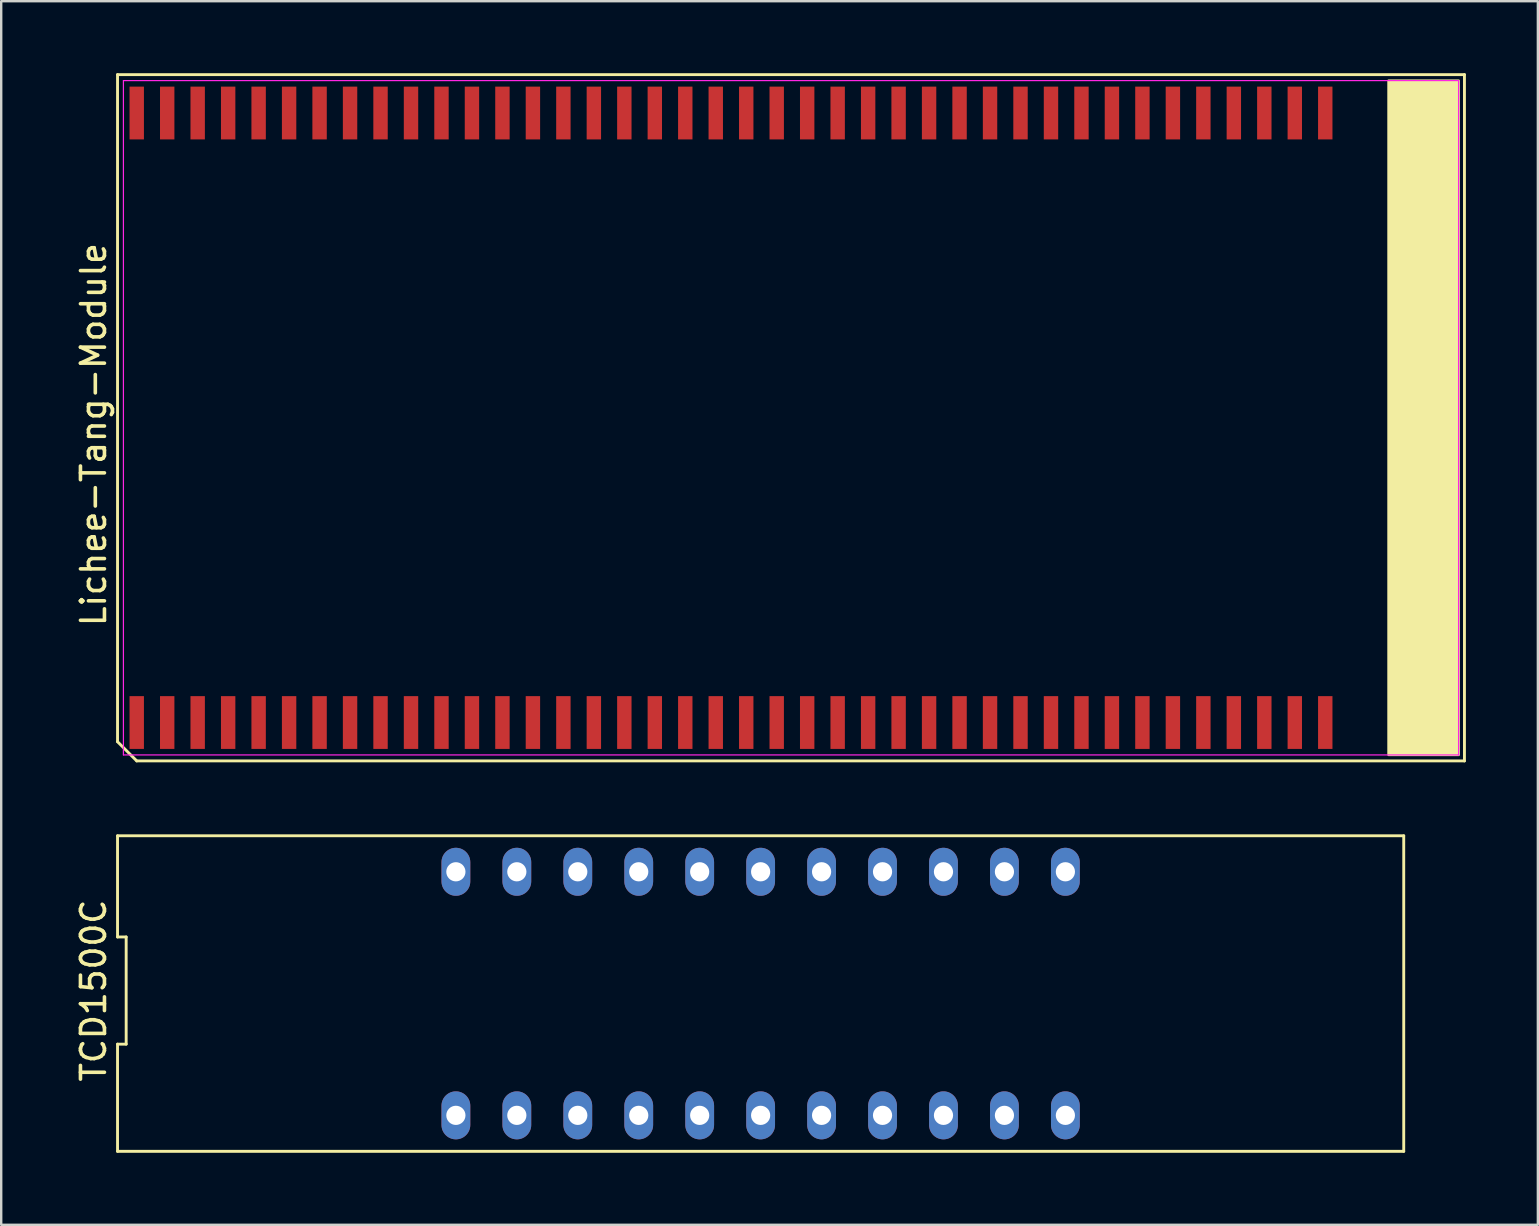
<source format=kicad_pcb>
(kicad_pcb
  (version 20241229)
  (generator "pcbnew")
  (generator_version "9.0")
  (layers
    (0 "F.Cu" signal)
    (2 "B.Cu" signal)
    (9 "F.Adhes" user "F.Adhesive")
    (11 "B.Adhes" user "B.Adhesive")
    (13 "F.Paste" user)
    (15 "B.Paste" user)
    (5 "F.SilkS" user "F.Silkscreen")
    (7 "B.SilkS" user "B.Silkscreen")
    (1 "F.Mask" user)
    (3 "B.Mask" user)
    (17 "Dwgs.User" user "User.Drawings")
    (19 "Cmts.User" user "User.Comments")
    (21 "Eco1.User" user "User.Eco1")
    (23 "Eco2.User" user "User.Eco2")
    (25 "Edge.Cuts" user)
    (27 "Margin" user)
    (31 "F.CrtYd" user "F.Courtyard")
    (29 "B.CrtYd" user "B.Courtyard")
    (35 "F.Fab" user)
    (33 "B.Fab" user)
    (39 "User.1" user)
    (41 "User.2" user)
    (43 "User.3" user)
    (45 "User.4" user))
  (footprint "Lichee-Tang-Module"
    (layer "F.Cu")
    (at 1.813 27.06)
    (property "Reference" "Lichee-Tang-Module" (at -0.965 -12 90) (layer "F.SilkS") (effects (font (size 1 1) (thickness 0.15))))
    (attr smd)
    (fp_line (start 0.035 -27) (end 56.165 -27) (stroke (width 0.12) (type solid)) (layer "F.SilkS"))
    (fp_line (start 0.035 0.8) (end 0.035 -27) (stroke (width 0.12) (type solid)) (layer "F.SilkS"))
    (fp_line (start 0.835 1.6) (end 0.035 0.8) (stroke (width 0.12) (type solid)) (layer "F.SilkS"))
    (fp_line (start 56.165 -27) (end 56.165 1.6) (stroke (width 0.12) (type solid)) (layer "F.SilkS"))
    (fp_line (start 56.165 1.6) (end 0.835 1.6) (stroke (width 0.12) (type solid)) (layer "F.SilkS"))
    (fp_poly (pts (xy 55.925 -26.75) (xy 53 -26.75) (xy 53 1.35) (xy 55.925 1.35)) (stroke (width 0.1) (type solid)) (fill yes) (layer "F.SilkS"))
    (fp_line (start 0.2 -22.5) (end 17 -22.5) (stroke (width 0.12) (type solid)) (layer "Eco1.User"))
    (fp_line (start 0.2 -4) (end 0.2 -22.5) (stroke (width 0.12) (type solid)) (layer "Eco1.User"))
    (fp_line (start 17 -22.5) (end 17.2 -22.3) (stroke (width 0.12) (type solid)) (layer "Eco1.User"))
    (fp_line (start 17 -4) (end 0.2 -4) (stroke (width 0.12) (type solid)) (layer "Eco1.User"))
    (fp_line (start 17.2 -22.3) (end 17.2 -4.2) (stroke (width 0.12) (type solid)) (layer "Eco1.User"))
    (fp_line (start 17.2 -4.2) (end 17 -4) (stroke (width 0.12) (type solid)) (layer "Eco1.User"))
    (fp_line (start 0.28 -26.75) (end 55.92 -26.75) (stroke (width 0.05) (type solid)) (layer "F.CrtYd"))
    (fp_line (start 0.28 1.35) (end 0.28 -26.75) (stroke (width 0.05) (type solid)) (layer "F.CrtYd"))
    (fp_line (start 55.92 -26.75) (end 55.92 1.35) (stroke (width 0.05) (type solid)) (layer "F.CrtYd"))
    (fp_line (start 55.92 1.35) (end 0.28 1.35) (stroke (width 0.05) (type solid)) (layer "F.CrtYd"))
    (pad "1" smd rect (at 0.835 0) (size 0.6 2.2) (layers "F.Cu" "F.Mask" "F.Paste"))
    (pad "2" smd rect (at 2.105 0) (size 0.6 2.2) (layers "F.Cu" "F.Mask" "F.Paste"))
    (pad "3" smd rect (at 3.375 0) (size 0.6 2.2) (layers "F.Cu" "F.Mask" "F.Paste"))
    (pad "4" smd rect (at 4.645 0) (size 0.6 2.2) (layers "F.Cu" "F.Mask" "F.Paste"))
    (pad "5" smd rect (at 5.915 0) (size 0.6 2.2) (layers "F.Cu" "F.Mask" "F.Paste"))
    (pad "6" smd rect (at 7.185 0) (size 0.6 2.2) (layers "F.Cu" "F.Mask" "F.Paste"))
    (pad "7" smd rect (at 8.455 0) (size 0.6 2.2) (layers "F.Cu" "F.Mask" "F.Paste"))
    (pad "8" smd rect (at 9.725 0) (size 0.6 2.2) (layers "F.Cu" "F.Mask" "F.Paste"))
    (pad "9" smd rect (at 10.995 0) (size 0.6 2.2) (layers "F.Cu" "F.Mask" "F.Paste"))
    (pad "10" smd rect (at 12.265 0) (size 0.6 2.2) (layers "F.Cu" "F.Mask" "F.Paste"))
    (pad "11" smd rect (at 13.535 0) (size 0.6 2.2) (layers "F.Cu" "F.Mask" "F.Paste"))
    (pad "12" smd rect (at 14.805 0) (size 0.6 2.2) (layers "F.Cu" "F.Mask" "F.Paste"))
    (pad "13" smd rect (at 16.075 0) (size 0.6 2.2) (layers "F.Cu" "F.Mask" "F.Paste"))
    (pad "14" smd rect (at 17.345 0) (size 0.6 2.2) (layers "F.Cu" "F.Mask" "F.Paste"))
    (pad "15" smd rect (at 18.615 0) (size 0.6 2.2) (layers "F.Cu" "F.Mask" "F.Paste"))
    (pad "16" smd rect (at 19.885 0) (size 0.6 2.2) (layers "F.Cu" "F.Mask" "F.Paste"))
    (pad "17" smd rect (at 21.155 0) (size 0.6 2.2) (layers "F.Cu" "F.Mask" "F.Paste"))
    (pad "18" smd rect (at 22.425 0) (size 0.6 2.2) (layers "F.Cu" "F.Mask" "F.Paste"))
    (pad "19" smd rect (at 23.695 0) (size 0.6 2.2) (layers "F.Cu" "F.Mask" "F.Paste"))
    (pad "20" smd rect (at 24.965 0) (size 0.6 2.2) (layers "F.Cu" "F.Mask" "F.Paste"))
    (pad "21" smd rect (at 26.235 0) (size 0.6 2.2) (layers "F.Cu" "F.Mask" "F.Paste"))
    (pad "22" smd rect (at 27.505 0) (size 0.6 2.2) (layers "F.Cu" "F.Mask" "F.Paste"))
    (pad "23" smd rect (at 28.775 0) (size 0.6 2.2) (layers "F.Cu" "F.Mask" "F.Paste"))
    (pad "24" smd rect (at 30.045 0) (size 0.6 2.2) (layers "F.Cu" "F.Mask" "F.Paste"))
    (pad "25" smd rect (at 31.315 0) (size 0.6 2.2) (layers "F.Cu" "F.Mask" "F.Paste"))
    (pad "26" smd rect (at 32.585 0) (size 0.6 2.2) (layers "F.Cu" "F.Mask" "F.Paste"))
    (pad "27" smd rect (at 33.855 0) (size 0.6 2.2) (layers "F.Cu" "F.Mask" "F.Paste"))
    (pad "28" smd rect (at 35.125 0) (size 0.6 2.2) (layers "F.Cu" "F.Mask" "F.Paste"))
    (pad "29" smd rect (at 36.395 0) (size 0.6 2.2) (layers "F.Cu" "F.Mask" "F.Paste"))
    (pad "30" smd rect (at 37.665 0) (size 0.6 2.2) (layers "F.Cu" "F.Mask" "F.Paste"))
    (pad "31" smd rect (at 38.935 0) (size 0.6 2.2) (layers "F.Cu" "F.Mask" "F.Paste"))
    (pad "32" smd rect (at 40.205 0) (size 0.6 2.2) (layers "F.Cu" "F.Mask" "F.Paste"))
    (pad "33" smd rect (at 41.475 0) (size 0.6 2.2) (layers "F.Cu" "F.Mask" "F.Paste"))
    (pad "34" smd rect (at 42.745 0) (size 0.6 2.2) (layers "F.Cu" "F.Mask" "F.Paste"))
    (pad "35" smd rect (at 44.015 0) (size 0.6 2.2) (layers "F.Cu" "F.Mask" "F.Paste"))
    (pad "36" smd rect (at 45.285 0) (size 0.6 2.2) (layers "F.Cu" "F.Mask" "F.Paste"))
    (pad "37" smd rect (at 46.555 0) (size 0.6 2.2) (layers "F.Cu" "F.Mask" "F.Paste"))
    (pad "38" smd rect (at 47.825 0) (size 0.6 2.2) (layers "F.Cu" "F.Mask" "F.Paste"))
    (pad "39" smd rect (at 49.095 0) (size 0.6 2.2) (layers "F.Cu" "F.Mask" "F.Paste"))
    (pad "40" smd rect (at 50.365 0) (size 0.6 2.2) (layers "F.Cu" "F.Mask" "F.Paste"))
    (pad "41" smd rect (at 50.365 -25.4) (size 0.6 2.2) (layers "F.Cu" "F.Mask" "F.Paste"))
    (pad "42" smd rect (at 49.095 -25.4) (size 0.6 2.2) (layers "F.Cu" "F.Mask" "F.Paste"))
    (pad "43" smd rect (at 47.825 -25.4) (size 0.6 2.2) (layers "F.Cu" "F.Mask" "F.Paste"))
    (pad "44" smd rect (at 46.555 -25.4) (size 0.6 2.2) (layers "F.Cu" "F.Mask" "F.Paste"))
    (pad "45" smd rect (at 45.285 -25.4) (size 0.6 2.2) (layers "F.Cu" "F.Mask" "F.Paste"))
    (pad "46" smd rect (at 44.015 -25.4) (size 0.6 2.2) (layers "F.Cu" "F.Mask" "F.Paste"))
    (pad "47" smd rect (at 42.745 -25.4) (size 0.6 2.2) (layers "F.Cu" "F.Mask" "F.Paste"))
    (pad "48" smd rect (at 41.475 -25.4) (size 0.6 2.2) (layers "F.Cu" "F.Mask" "F.Paste"))
    (pad "49" smd rect (at 40.205 -25.4) (size 0.6 2.2) (layers "F.Cu" "F.Mask" "F.Paste"))
    (pad "50" smd rect (at 38.935 -25.4) (size 0.6 2.2) (layers "F.Cu" "F.Mask" "F.Paste"))
    (pad "51" smd rect (at 37.665 -25.4) (size 0.6 2.2) (layers "F.Cu" "F.Mask" "F.Paste"))
    (pad "52" smd rect (at 36.395 -25.4) (size 0.6 2.2) (layers "F.Cu" "F.Mask" "F.Paste"))
    (pad "53" smd rect (at 35.125 -25.4) (size 0.6 2.2) (layers "F.Cu" "F.Mask" "F.Paste"))
    (pad "54" smd rect (at 33.855 -25.4) (size 0.6 2.2) (layers "F.Cu" "F.Mask" "F.Paste"))
    (pad "55" smd rect (at 32.585 -25.4) (size 0.6 2.2) (layers "F.Cu" "F.Mask" "F.Paste"))
    (pad "56" smd rect (at 31.315 -25.4) (size 0.6 2.2) (layers "F.Cu" "F.Mask" "F.Paste"))
    (pad "57" smd rect (at 30.045 -25.4) (size 0.6 2.2) (layers "F.Cu" "F.Mask" "F.Paste"))
    (pad "58" smd rect (at 28.775 -25.4) (size 0.6 2.2) (layers "F.Cu" "F.Mask" "F.Paste"))
    (pad "59" smd rect (at 27.505 -25.4) (size 0.6 2.2) (layers "F.Cu" "F.Mask" "F.Paste"))
    (pad "60" smd rect (at 26.235 -25.4) (size 0.6 2.2) (layers "F.Cu" "F.Mask" "F.Paste"))
    (pad "61" smd rect (at 24.965 -25.4) (size 0.6 2.2) (layers "F.Cu" "F.Mask" "F.Paste"))
    (pad "62" smd rect (at 23.695 -25.4) (size 0.6 2.2) (layers "F.Cu" "F.Mask" "F.Paste"))
    (pad "63" smd rect (at 22.425 -25.4) (size 0.6 2.2) (layers "F.Cu" "F.Mask" "F.Paste"))
    (pad "64" smd rect (at 21.155 -25.4) (size 0.6 2.2) (layers "F.Cu" "F.Mask" "F.Paste"))
    (pad "65" smd rect (at 19.885 -25.4) (size 0.6 2.2) (layers "F.Cu" "F.Mask" "F.Paste"))
    (pad "66" smd rect (at 18.615 -25.4) (size 0.6 2.2) (layers "F.Cu" "F.Mask" "F.Paste"))
    (pad "67" smd rect (at 17.345 -25.4) (size 0.6 2.2) (layers "F.Cu" "F.Mask" "F.Paste"))
    (pad "68" smd rect (at 16.075 -25.4) (size 0.6 2.2) (layers "F.Cu" "F.Mask" "F.Paste"))
    (pad "69" smd rect (at 14.805 -25.4) (size 0.6 2.2) (layers "F.Cu" "F.Mask" "F.Paste"))
    (pad "70" smd rect (at 13.535 -25.4) (size 0.6 2.2) (layers "F.Cu" "F.Mask" "F.Paste"))
    (pad "71" smd rect (at 12.265 -25.4) (size 0.6 2.2) (layers "F.Cu" "F.Mask" "F.Paste"))
    (pad "72" smd rect (at 10.995 -25.4) (size 0.6 2.2) (layers "F.Cu" "F.Mask" "F.Paste"))
    (pad "73" smd rect (at 9.725 -25.4) (size 0.6 2.2) (layers "F.Cu" "F.Mask" "F.Paste"))
    (pad "74" smd rect (at 8.455 -25.4) (size 0.6 2.2) (layers "F.Cu" "F.Mask" "F.Paste"))
    (pad "75" smd rect (at 7.185 -25.4) (size 0.6 2.2) (layers "F.Cu" "F.Mask" "F.Paste"))
    (pad "76" smd rect (at 5.915 -25.4) (size 0.6 2.2) (layers "F.Cu" "F.Mask" "F.Paste"))
    (pad "77" smd rect (at 4.645 -25.4) (size 0.6 2.2) (layers "F.Cu" "F.Mask" "F.Paste"))
    (pad "78" smd rect (at 3.375 -25.4) (size 0.6 2.2) (layers "F.Cu" "F.Mask" "F.Paste"))
    (pad "79" smd rect (at 2.105 -25.4) (size 0.6 2.2) (layers "F.Cu" "F.Mask" "F.Paste"))
    (pad "80" smd rect (at 0.835 -25.4) (size 0.6 2.2) (layers "F.Cu" "F.Mask" "F.Paste")))
  (footprint "TCD1500C"
    (layer "F.Cu")
    (at 28.648 38.23)
    (property "Reference" "TCD1500C" (at -27.8 0 90) (layer "F.SilkS") (effects (font (size 1 1) (thickness 0.15))))
    (attr through_hole)
    (fp_line (start -26.8 -6.45) (end -26.8 -2.233) (stroke (width 0.12) (type solid)) (layer "F.SilkS"))
    (fp_line (start -26.8 -2.233) (end -26.44 -2.233) (stroke (width 0.12) (type solid)) (layer "F.SilkS"))
    (fp_line (start -26.8 2.233) (end -26.8 6.7) (stroke (width 0.12) (type solid)) (layer "F.SilkS"))
    (fp_line (start -26.8 6.7) (end 26.8 6.7) (stroke (width 0.12) (type solid)) (layer "F.SilkS"))
    (fp_line (start -26.44 -2.233) (end -26.44 2.233) (stroke (width 0.12) (type solid)) (layer "F.SilkS"))
    (fp_line (start -26.44 2.233) (end -26.8 2.233) (stroke (width 0.12) (type solid)) (layer "F.SilkS"))
    (fp_line (start 26.8 -6.45) (end -26.8 -6.45) (stroke (width 0.12) (type solid)) (layer "F.SilkS"))
    (fp_line (start 26.8 6.7) (end 26.8 -6.45) (stroke (width 0.12) (type solid)) (layer "F.SilkS"))
    (pad "1" thru_hole oval (at -12.7 5.2) (size 1.2 2) (drill 0.8) (layers "*.Cu" "*.Mask"))
    (pad "2" thru_hole oval (at -10.16 5.2) (size 1.2 2) (drill 0.8) (layers "*.Cu" "*.Mask"))
    (pad "3" thru_hole oval (at -7.62 5.2) (size 1.2 2) (drill 0.8) (layers "*.Cu" "*.Mask"))
    (pad "4" thru_hole oval (at -5.08 5.2) (size 1.2 2) (drill 0.8) (layers "*.Cu" "*.Mask"))
    (pad "5" thru_hole oval (at -2.54 5.2) (size 1.2 2) (drill 0.8) (layers "*.Cu" "*.Mask"))
    (pad "6" thru_hole oval (at 0 5.2) (size 1.2 2) (drill 0.8) (layers "*.Cu" "*.Mask"))
    (pad "7" thru_hole oval (at 2.54 5.2) (size 1.2 2) (drill 0.8) (layers "*.Cu" "*.Mask"))
    (pad "8" thru_hole oval (at 5.08 5.2) (size 1.2 2) (drill 0.8) (layers "*.Cu" "*.Mask"))
    (pad "9" thru_hole oval (at 7.62 5.2) (size 1.2 2) (drill 0.8) (layers "*.Cu" "*.Mask"))
    (pad "10" thru_hole oval (at 10.16 5.2) (size 1.2 2) (drill 0.8) (layers "*.Cu" "*.Mask"))
    (pad "11" thru_hole oval (at 12.7 5.2) (size 1.2 2) (drill 0.8) (layers "*.Cu" "*.Mask"))
    (pad "12" thru_hole oval (at 12.7 -4.95) (size 1.2 2) (drill 0.8) (layers "*.Cu" "*.Mask"))
    (pad "13" thru_hole oval (at 10.16 -4.95) (size 1.2 2) (drill 0.8) (layers "*.Cu" "*.Mask"))
    (pad "14" thru_hole oval (at 7.62 -4.95) (size 1.2 2) (drill 0.8) (layers "*.Cu" "*.Mask"))
    (pad "15" thru_hole oval (at 5.08 -4.95) (size 1.2 2) (drill 0.8) (layers "*.Cu" "*.Mask"))
    (pad "16" thru_hole oval (at 2.54 -4.95) (size 1.2 2) (drill 0.8) (layers "*.Cu" "*.Mask"))
    (pad "17" thru_hole oval (at 0 -4.95) (size 1.2 2) (drill 0.8) (layers "*.Cu" "*.Mask"))
    (pad "18" thru_hole oval (at -2.54 -4.95) (size 1.2 2) (drill 0.8) (layers "*.Cu" "*.Mask"))
    (pad "19" thru_hole oval (at -5.08 -4.95) (size 1.2 2) (drill 0.8) (layers "*.Cu" "*.Mask"))
    (pad "20" thru_hole oval (at -7.62 -4.95) (size 1.2 2) (drill 0.8) (layers "*.Cu" "*.Mask"))
    (pad "21" thru_hole oval (at -10.16 -4.95) (size 1.2 2) (drill 0.8) (layers "*.Cu" "*.Mask"))
    (pad "22" thru_hole oval (at -12.7 -4.95) (size 1.2 2) (drill 0.8) (layers "*.Cu" "*.Mask")))
  (gr_rect
    (start -3 -3)
    (end 61.038 47.99)
    (stroke (width 0.1) (type default))
    (fill no)
    (layer "Edge.Cuts")))
</source>
